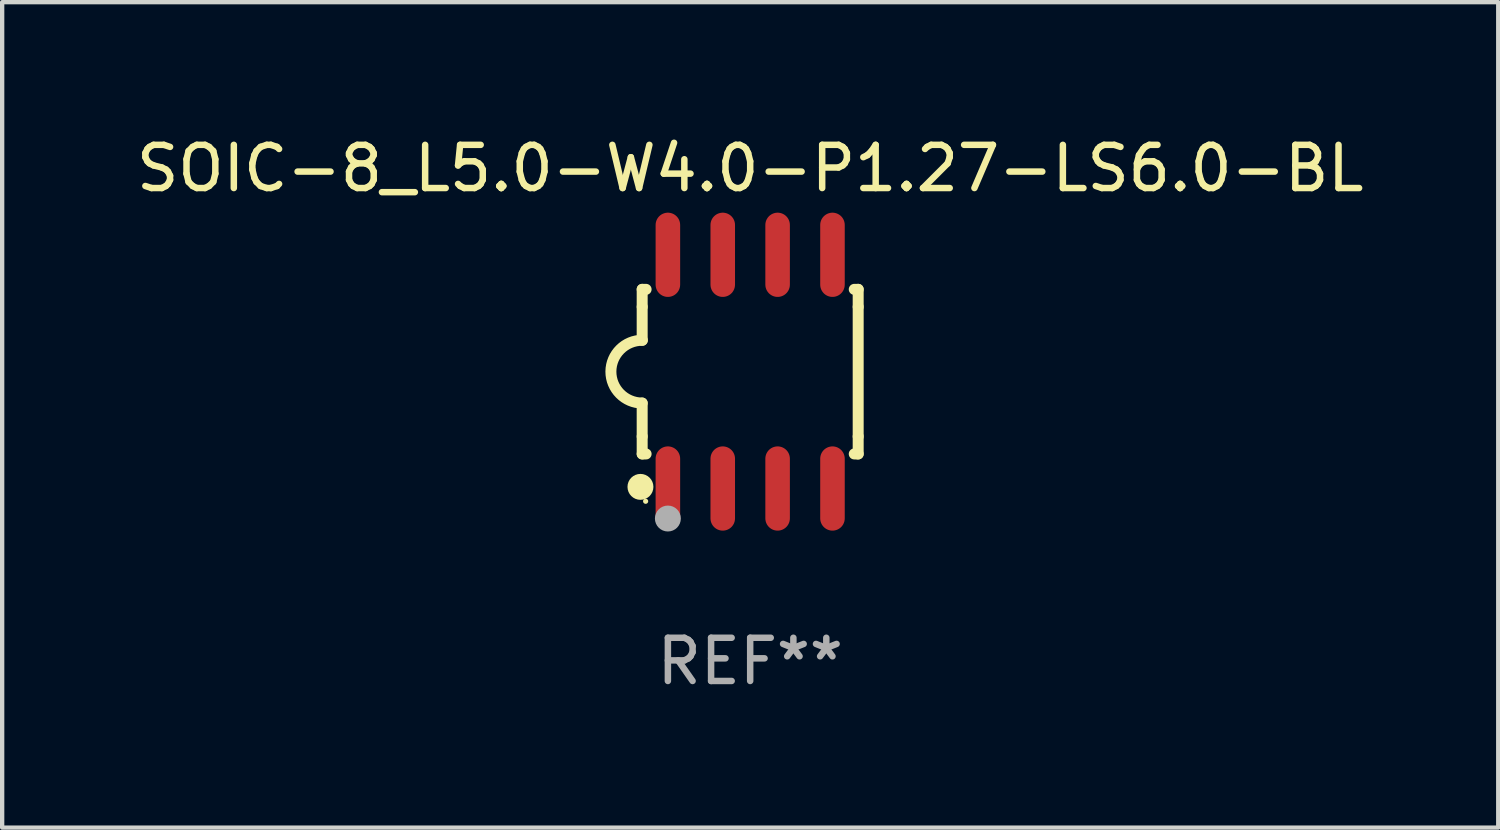
<source format=kicad_pcb>
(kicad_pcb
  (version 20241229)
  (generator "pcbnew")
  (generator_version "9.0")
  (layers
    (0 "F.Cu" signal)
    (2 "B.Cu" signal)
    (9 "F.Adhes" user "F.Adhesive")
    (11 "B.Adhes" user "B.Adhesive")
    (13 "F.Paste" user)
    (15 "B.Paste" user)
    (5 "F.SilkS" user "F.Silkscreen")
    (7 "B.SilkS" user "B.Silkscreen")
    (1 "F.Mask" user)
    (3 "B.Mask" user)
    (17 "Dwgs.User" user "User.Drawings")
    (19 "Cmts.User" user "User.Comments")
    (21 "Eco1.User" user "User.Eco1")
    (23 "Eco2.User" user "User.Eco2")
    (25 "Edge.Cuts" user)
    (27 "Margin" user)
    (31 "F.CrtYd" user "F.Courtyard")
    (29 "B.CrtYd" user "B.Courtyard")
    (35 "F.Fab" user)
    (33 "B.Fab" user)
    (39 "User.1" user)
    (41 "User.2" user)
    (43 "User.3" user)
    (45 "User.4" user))
  (footprint "SOIC-8_L5.0-W4.0-P1.27-LS6.0-BL"
    (layer "F.Cu")
    (at 14.315 5.553)
    (property "Reference" "SOIC-8_L5.0-W4.0-P1.27-LS6.0-BL" (at 0 -4.705 0) (layer "F.SilkS") (effects (font (size 1 1) (thickness 0.15))))
    (attr through_hole)
    (fp_line (start -2.5 -1.905) (end -2.409 -1.905) (stroke (width 0.254) (type solid)) (layer "F.SilkS"))
    (fp_line (start -2.5 -1.5) (end -2.5 -1.905) (stroke (width 0.254) (type solid)) (layer "F.SilkS"))
    (fp_line (start -2.5 -1.5) (end -2.5 -0.726) (stroke (width 0.254) (type solid)) (layer "F.SilkS"))
    (fp_line (start -2.5 1.5) (end -2.5 0.727) (stroke (width 0.254) (type solid)) (layer "F.SilkS"))
    (fp_line (start -2.5 1.5) (end -2.5 1.905) (stroke (width 0.254) (type solid)) (layer "F.SilkS"))
    (fp_line (start -2.5 1.905) (end -2.409 1.905) (stroke (width 0.254) (type solid)) (layer "F.SilkS"))
    (fp_line (start 2.5 -1.905) (end 2.409 -1.905) (stroke (width 0.254) (type solid)) (layer "F.SilkS"))
    (fp_line (start 2.5 -1.5) (end 2.5 -1.905) (stroke (width 0.254) (type solid)) (layer "F.SilkS"))
    (fp_line (start 2.5 -1.5) (end 2.5 1.5) (stroke (width 0.254) (type solid)) (layer "F.SilkS"))
    (fp_line (start 2.5 1.5) (end 2.5 1.905) (stroke (width 0.254) (type solid)) (layer "F.SilkS"))
    (fp_line (start 2.5 1.905) (end 2.409 1.905) (stroke (width 0.254) (type solid)) (layer "F.SilkS"))
    (fp_arc (start -2.5 0.726568) (mid -3.220316 -0.0023) (end -2.495097 -0.726289) (stroke (width 0.254001) (type solid)) (layer "F.SilkS"))
    (fp_circle (center -2.54 2.667) (end -2.39 2.667) (stroke (width 0.3) (type solid)) (fill no) (layer "F.SilkS"))
    (fp_circle (center -2.42 3) (end -2.39 3) (stroke (width 0.06) (type solid)) (fill no) (layer "F.SilkS"))
    (fp_circle (center -1.905 3.4) (end -1.755 3.4) (stroke (width 0.3) (type solid)) (fill no) (layer "F.Fab"))
    (fp_text user "REF**" (at 0 6.705 0) (layer "F.Fab") (effects (font (size 1 1) (thickness 0.15))))
    (pad "1" smd oval (at -1.905 2.705) (size 0.568 1.95) (layers "F.Cu" "F.Mask" "F.Paste"))
    (pad "2" smd oval (at -0.635 2.705) (size 0.568 1.95) (layers "F.Cu" "F.Mask" "F.Paste"))
    (pad "3" smd oval (at 0.635 2.705) (size 0.568 1.95) (layers "F.Cu" "F.Mask" "F.Paste"))
    (pad "4" smd oval (at 1.905 2.705) (size 0.568 1.95) (layers "F.Cu" "F.Mask" "F.Paste"))
    (pad "5" smd oval (at 1.905 -2.705) (size 0.568 1.95) (layers "F.Cu" "F.Mask" "F.Paste"))
    (pad "6" smd oval (at 0.635 -2.705) (size 0.568 1.95) (layers "F.Cu" "F.Mask" "F.Paste"))
    (pad "7" smd oval (at -0.635 -2.705) (size 0.568 1.95) (layers "F.Cu" "F.Mask" "F.Paste"))
    (pad "8" smd oval (at -1.905 -2.705) (size 0.568 1.95) (layers "F.Cu" "F.Mask" "F.Paste")))
  (gr_rect
    (start -3 -3)
    (end 31.631 16.107)
    (stroke (width 0.1) (type default))
    (fill no)
    (layer "Edge.Cuts")))
</source>
